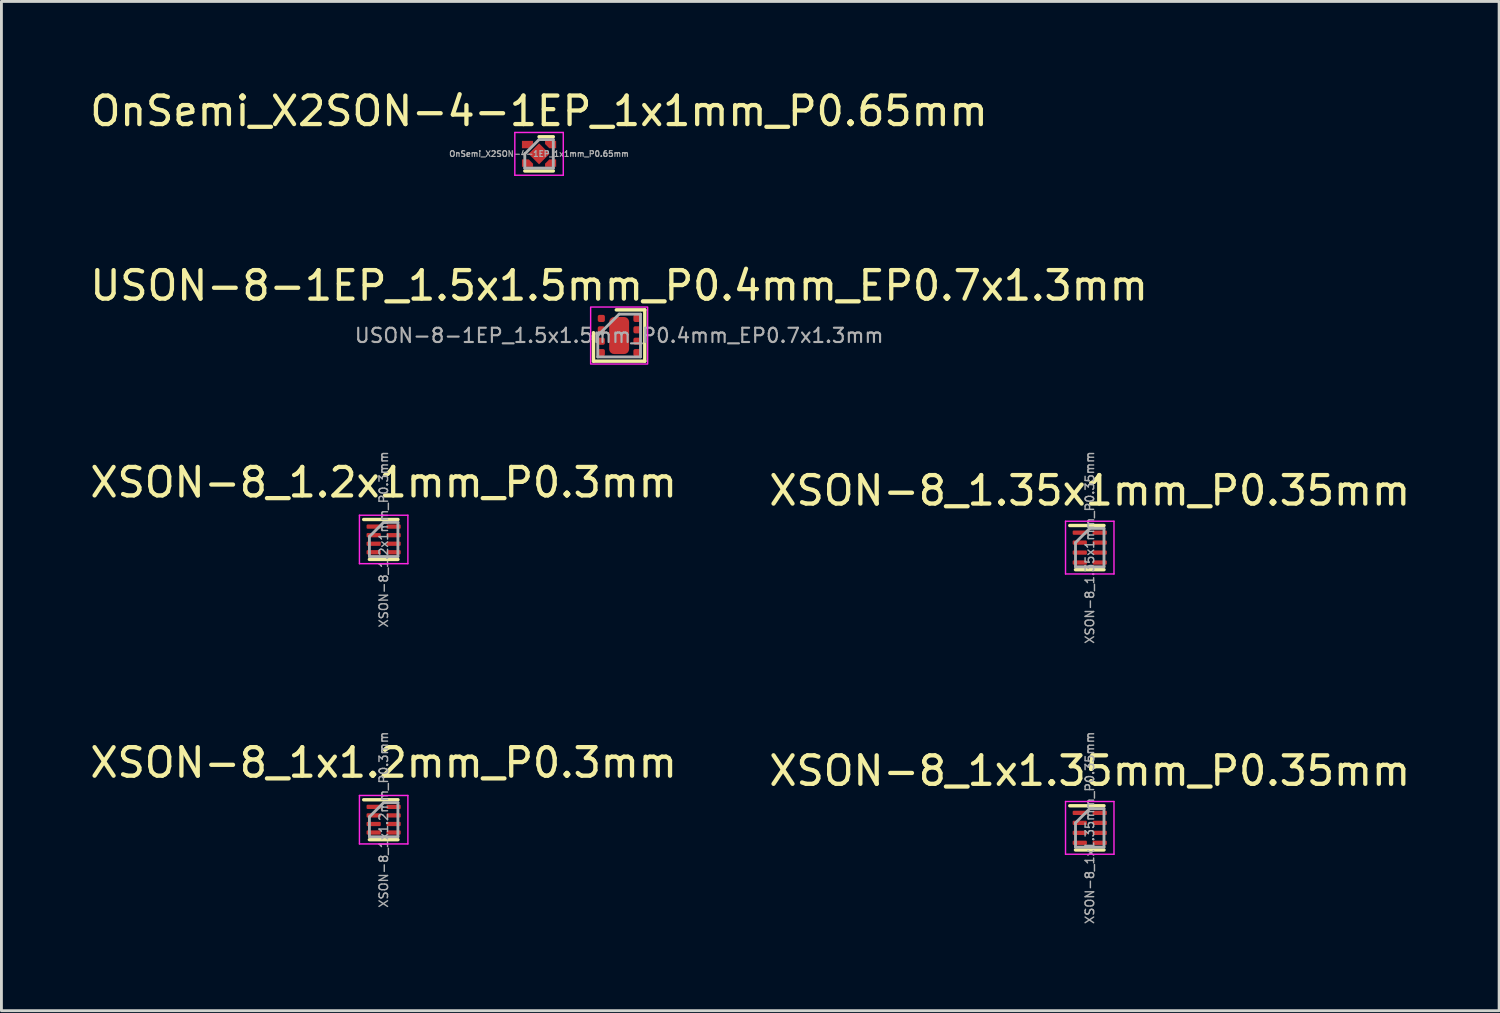
<source format=kicad_pcb>
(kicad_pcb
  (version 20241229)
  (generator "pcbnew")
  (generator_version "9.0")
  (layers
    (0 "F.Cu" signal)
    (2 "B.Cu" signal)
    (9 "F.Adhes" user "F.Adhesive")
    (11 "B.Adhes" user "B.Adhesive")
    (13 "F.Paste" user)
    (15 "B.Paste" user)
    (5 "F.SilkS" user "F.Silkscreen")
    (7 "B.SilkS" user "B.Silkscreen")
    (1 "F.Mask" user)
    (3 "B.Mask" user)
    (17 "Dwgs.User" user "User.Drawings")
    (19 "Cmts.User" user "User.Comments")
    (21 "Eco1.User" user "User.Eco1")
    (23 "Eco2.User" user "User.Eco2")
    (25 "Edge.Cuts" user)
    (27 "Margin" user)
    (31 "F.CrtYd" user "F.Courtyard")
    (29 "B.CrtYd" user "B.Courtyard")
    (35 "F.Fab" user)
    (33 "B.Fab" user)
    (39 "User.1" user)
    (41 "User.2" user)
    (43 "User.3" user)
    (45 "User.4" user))
  (footprint "XSON-8_1x1.35mm_P0.35mm"
    (layer "F.Cu")
    (at 35.185 25.996)
    (property "Reference" "XSON-8_1x1.35mm_P0.35mm" (at 0 -2 0) (layer "F.SilkS") (effects (font (size 1 1) (thickness 0.15))))
    (attr smd)
    (fp_line (start 0.5 -0.775) (end -0.7 -0.775) (stroke (width 0.12) (type solid)) (layer "F.SilkS"))
    (fp_line (start 0.5 0.775) (end -0.5 0.775) (stroke (width 0.12) (type solid)) (layer "F.SilkS"))
    (fp_line (start -0.85 -0.925) (end 0.85 -0.925) (stroke (width 0.05) (type solid)) (layer "F.CrtYd"))
    (fp_line (start -0.85 0.925) (end -0.85 -0.925) (stroke (width 0.05) (type solid)) (layer "F.CrtYd"))
    (fp_line (start 0.85 -0.925) (end 0.85 0.925) (stroke (width 0.05) (type solid)) (layer "F.CrtYd"))
    (fp_line (start 0.85 0.925) (end -0.85 0.925) (stroke (width 0.05) (type solid)) (layer "F.CrtYd"))
    (fp_line (start -0.5 0.675) (end -0.5 -0.175) (stroke (width 0.1) (type solid)) (layer "F.Fab"))
    (fp_line (start 0 -0.675) (end -0.5 -0.175) (stroke (width 0.1) (type solid)) (layer "F.Fab"))
    (fp_line (start 0 -0.675) (end 0.5 -0.675) (stroke (width 0.1) (type solid)) (layer "F.Fab"))
    (fp_line (start 0.5 -0.675) (end 0.5 0.675) (stroke (width 0.1) (type solid)) (layer "F.Fab"))
    (fp_line (start 0.5 0.675) (end -0.5 0.675) (stroke (width 0.1) (type solid)) (layer "F.Fab"))
    (fp_text user "${REFERENCE}" (at 0 0 90) (layer "F.Fab") (effects (font (size 0.3 0.3) (thickness 0.05))))
    (pad "1" smd roundrect (at -0.35 -0.525 270) (size 0.15 0.5) (layers "F.Cu" "F.Mask" "F.Paste") (roundrect_rratio 0.25))
    (pad "2" smd roundrect (at -0.35 -0.175 270) (size 0.15 0.5) (layers "F.Cu" "F.Mask" "F.Paste") (roundrect_rratio 0.25))
    (pad "3" smd roundrect (at -0.35 0.175 270) (size 0.15 0.5) (layers "F.Cu" "F.Mask" "F.Paste") (roundrect_rratio 0.25))
    (pad "4" smd roundrect (at -0.35 0.525 270) (size 0.15 0.5) (layers "F.Cu" "F.Mask" "F.Paste") (roundrect_rratio 0.25))
    (pad "5" smd roundrect (at 0.35 0.525 270) (size 0.15 0.5) (layers "F.Cu" "F.Mask" "F.Paste") (roundrect_rratio 0.25))
    (pad "6" smd roundrect (at 0.35 0.175 270) (size 0.15 0.5) (layers "F.Cu" "F.Mask" "F.Paste") (roundrect_rratio 0.25))
    (pad "7" smd roundrect (at 0.35 -0.175 270) (size 0.15 0.5) (layers "F.Cu" "F.Mask" "F.Paste") (roundrect_rratio 0.25))
    (pad "8" smd roundrect (at 0.35 -0.525 270) (size 0.15 0.5) (layers "F.Cu" "F.Mask" "F.Paste") (roundrect_rratio 0.25)))
  (footprint "USON-8-1EP_1.5x1.5mm_P0.4mm_EP0.7x1.3mm"
    (layer "F.Cu")
    (at 18.673 8.722)
    (property "Reference" "USON-8-1EP_1.5x1.5mm_P0.4mm_EP0.7x1.3mm" (at 0 -1.75 0) (unlocked yes) (layer "F.SilkS") (effects (font (size 1 1) (thickness 0.15))))
    (attr smd)
    (fp_line (start -0.9 0.9) (end -0.9 -0.1) (stroke (width 0.12) (type solid)) (layer "F.SilkS"))
    (fp_line (start -0.9 0.9) (end 0.9 0.9) (stroke (width 0.12) (type solid)) (layer "F.SilkS"))
    (fp_line (start -0.1 -0.9) (end 0.9 -0.9) (stroke (width 0.12) (type solid)) (layer "F.SilkS"))
    (fp_line (start 0.9 0.9) (end 0.9 -0.9) (stroke (width 0.12) (type solid)) (layer "F.SilkS"))
    (fp_rect (start -1 -1) (end 1 1) (stroke (width 0.05) (type solid)) (fill no) (layer "F.CrtYd"))
    (fp_line (start -0.75 0) (end 0 -0.75) (stroke (width 0.1) (type solid)) (layer "F.Fab"))
    (fp_line (start -0.75 0.75) (end -0.75 0) (stroke (width 0.1) (type solid)) (layer "F.Fab"))
    (fp_line (start 0 -0.75) (end 0.75 -0.75) (stroke (width 0.1) (type solid)) (layer "F.Fab"))
    (fp_line (start 0.75 -0.75) (end 0.75 0.75) (stroke (width 0.1) (type solid)) (layer "F.Fab"))
    (fp_line (start 0.75 0.75) (end -0.75 0.75) (stroke (width 0.1) (type solid)) (layer "F.Fab"))
    (fp_text user "${REFERENCE}" (at 0 0 0) (unlocked yes) (layer "F.Fab") (effects (font (size 0.5 0.5) (thickness 0.075))))
    (pad "1" smd roundrect (at -0.625 -0.6) (size 0.25 0.25) (layers "F.Cu" "F.Mask" "F.Paste") (roundrect_rratio 0.25))
    (pad "2" smd roundrect (at -0.625 -0.2) (size 0.25 0.25) (layers "F.Cu" "F.Mask" "F.Paste") (roundrect_rratio 0.25))
    (pad "3" smd roundrect (at -0.625 0.2) (size 0.25 0.25) (layers "F.Cu" "F.Mask" "F.Paste") (roundrect_rratio 0.25))
    (pad "4" smd roundrect (at -0.625 0.6) (size 0.25 0.25) (layers "F.Cu" "F.Mask" "F.Paste") (roundrect_rratio 0.25))
    (pad "5" smd roundrect (at 0.625 0.6) (size 0.25 0.25) (layers "F.Cu" "F.Mask" "F.Paste") (roundrect_rratio 0.25))
    (pad "6" smd roundrect (at 0.625 0.2) (size 0.25 0.25) (layers "F.Cu" "F.Mask" "F.Paste") (roundrect_rratio 0.25))
    (pad "7" smd roundrect (at 0.625 -0.2) (size 0.25 0.25) (layers "F.Cu" "F.Mask" "F.Paste") (roundrect_rratio 0.25))
    (pad "8" smd roundrect (at 0.625 -0.6) (size 0.25 0.25) (layers "F.Cu" "F.Mask" "F.Paste") (roundrect_rratio 0.25))
    (pad "9" smd roundrect (at 0 0) (size 0.7 1.3) (layers "F.Cu" "F.Mask" "F.Paste") (roundrect_rratio 0.25)))
  (footprint "XSON-8_1.35x1mm_P0.35mm"
    (layer "F.Cu")
    (at 35.185 16.163)
    (property "Reference" "XSON-8_1.35x1mm_P0.35mm" (at 0 -2 0) (layer "F.SilkS") (effects (font (size 1 1) (thickness 0.15))))
    (attr smd)
    (fp_line (start 0.5 -0.775) (end -0.7 -0.775) (stroke (width 0.12) (type solid)) (layer "F.SilkS"))
    (fp_line (start 0.5 0.775) (end -0.5 0.775) (stroke (width 0.12) (type solid)) (layer "F.SilkS"))
    (fp_line (start -0.85 -0.925) (end 0.85 -0.925) (stroke (width 0.05) (type solid)) (layer "F.CrtYd"))
    (fp_line (start -0.85 0.925) (end -0.85 -0.925) (stroke (width 0.05) (type solid)) (layer "F.CrtYd"))
    (fp_line (start 0.85 -0.925) (end 0.85 0.925) (stroke (width 0.05) (type solid)) (layer "F.CrtYd"))
    (fp_line (start 0.85 0.925) (end -0.85 0.925) (stroke (width 0.05) (type solid)) (layer "F.CrtYd"))
    (fp_line (start -0.5 0.675) (end -0.5 -0.175) (stroke (width 0.1) (type solid)) (layer "F.Fab"))
    (fp_line (start 0 -0.675) (end -0.5 -0.175) (stroke (width 0.1) (type solid)) (layer "F.Fab"))
    (fp_line (start 0 -0.675) (end 0.5 -0.675) (stroke (width 0.1) (type solid)) (layer "F.Fab"))
    (fp_line (start 0.5 -0.675) (end 0.5 0.675) (stroke (width 0.1) (type solid)) (layer "F.Fab"))
    (fp_line (start 0.5 0.675) (end -0.5 0.675) (stroke (width 0.1) (type solid)) (layer "F.Fab"))
    (fp_text user "${REFERENCE}" (at 0 0 90) (layer "F.Fab") (effects (font (size 0.3 0.3) (thickness 0.05))))
    (pad "1" smd roundrect (at -0.35 -0.525 270) (size 0.15 0.5) (layers "F.Cu" "F.Mask" "F.Paste") (roundrect_rratio 0.25))
    (pad "2" smd roundrect (at -0.35 -0.175 270) (size 0.15 0.5) (layers "F.Cu" "F.Mask" "F.Paste") (roundrect_rratio 0.25))
    (pad "3" smd roundrect (at -0.35 0.175 270) (size 0.15 0.5) (layers "F.Cu" "F.Mask" "F.Paste") (roundrect_rratio 0.25))
    (pad "4" smd roundrect (at -0.35 0.525 270) (size 0.15 0.5) (layers "F.Cu" "F.Mask" "F.Paste") (roundrect_rratio 0.25))
    (pad "5" smd roundrect (at 0.35 0.525 270) (size 0.15 0.5) (layers "F.Cu" "F.Mask" "F.Paste") (roundrect_rratio 0.25))
    (pad "6" smd roundrect (at 0.35 0.175 270) (size 0.15 0.5) (layers "F.Cu" "F.Mask" "F.Paste") (roundrect_rratio 0.25))
    (pad "7" smd roundrect (at 0.35 -0.175 270) (size 0.15 0.5) (layers "F.Cu" "F.Mask" "F.Paste") (roundrect_rratio 0.25))
    (pad "8" smd roundrect (at 0.35 -0.525 270) (size 0.15 0.5) (layers "F.Cu" "F.Mask" "F.Paste") (roundrect_rratio 0.25)))
  (footprint "OnSemi_X2SON-4-1EP_1x1mm_P0.65mm"
    (layer "F.Cu")
    (at 15.863 2.348)
    (property "Reference" "OnSemi_X2SON-4-1EP_1x1mm_P0.65mm" (at 0 -1.5 0) (layer "F.SilkS") (effects (font (size 1 1) (thickness 0.15))))
    (attr smd)
    (fp_line (start -0.5 0.6) (end 0.5 0.6) (stroke (width 0.12) (type solid)) (layer "F.SilkS"))
    (fp_line (start 0 -0.6) (end 0.5 -0.6) (stroke (width 0.12) (type solid)) (layer "F.SilkS"))
    (fp_line (start -0.85 -0.75) (end 0.85 -0.75) (stroke (width 0.05) (type solid)) (layer "F.CrtYd"))
    (fp_line (start -0.85 0.75) (end -0.85 -0.75) (stroke (width 0.05) (type solid)) (layer "F.CrtYd"))
    (fp_line (start 0.85 -0.75) (end 0.85 0.75) (stroke (width 0.05) (type solid)) (layer "F.CrtYd"))
    (fp_line (start 0.85 0.75) (end -0.85 0.75) (stroke (width 0.05) (type solid)) (layer "F.CrtYd"))
    (fp_line (start -0.5 0) (end 0 -0.5) (stroke (width 0.1) (type solid)) (layer "F.Fab"))
    (fp_line (start -0.5 0.5) (end -0.5 0) (stroke (width 0.1) (type solid)) (layer "F.Fab"))
    (fp_line (start 0 -0.5) (end 0.5 -0.5) (stroke (width 0.1) (type solid)) (layer "F.Fab"))
    (fp_line (start 0.5 -0.5) (end 0.5 0.5) (stroke (width 0.1) (type solid)) (layer "F.Fab"))
    (fp_line (start 0.5 0.5) (end -0.5 0.5) (stroke (width 0.1) (type solid)) (layer "F.Fab"))
    (fp_text user "${REFERENCE}" (at 0 0 0) (layer "F.Fab") (effects (font (size 0.2 0.2) (thickness 0.04))))
    (pad "1" smd custom (at -0.5 -0.325) (size 0.148 0.148) (layers "F.Cu" "F.Mask" "F.Paste") (options (anchor circle)) (primitives (gr_poly (pts (xy 0.29 -0.02) (xy 0.14 0.13) (xy -0.1 0.13) (xy -0.1 -0.13) (xy 0.29 -0.13)) (width 0) (fill yes))))
    (pad "2" smd custom (at -0.5 0.325) (size 0.148 0.148) (layers "F.Cu" "F.Mask" "F.Paste") (options (anchor circle)) (primitives (gr_poly (pts (xy 0.29 0.02) (xy 0.29 0.13) (xy -0.1 0.13) (xy -0.1 -0.13) (xy 0.14 -0.13)) (width 0) (fill yes))))
    (pad "3" smd custom (at 0.5 0.325 180) (size 0.148 0.148) (layers "F.Cu" "F.Mask" "F.Paste") (options (anchor circle)) (primitives (gr_poly (pts (xy 0.29 -0.02) (xy 0.14 0.13) (xy -0.1 0.13) (xy -0.1 -0.13) (xy 0.29 -0.13)) (width 0) (fill yes))))
    (pad "4" smd custom (at 0.5 -0.325 180) (size 0.148 0.148) (layers "F.Cu" "F.Mask" "F.Paste") (options (anchor circle)) (primitives (gr_poly (pts (xy 0.29 0.02) (xy 0.29 0.13) (xy -0.1 0.13) (xy -0.1 -0.13) (xy 0.14 -0.13)) (width 0) (fill yes))))
    (pad "5" smd rect (at 0 0 45) (size 0.52 0.52) (layers "F.Cu" "F.Mask" "F.Paste")))
  (footprint "XSON-8_1x1.2mm_P0.3mm"
    (layer "F.Cu")
    (at 10.411 25.71)
    (property "Reference" "XSON-8_1x1.2mm_P0.3mm" (at 0 -2 0) (layer "F.SilkS") (effects (font (size 1 1) (thickness 0.15))))
    (attr smd)
    (fp_line (start 0.5 -0.7) (end -0.7 -0.7) (stroke (width 0.12) (type solid)) (layer "F.SilkS"))
    (fp_line (start 0.5 0.7) (end -0.5 0.7) (stroke (width 0.12) (type solid)) (layer "F.SilkS"))
    (fp_line (start -0.85 -0.85) (end 0.85 -0.85) (stroke (width 0.05) (type solid)) (layer "F.CrtYd"))
    (fp_line (start -0.85 0.85) (end -0.85 -0.85) (stroke (width 0.05) (type solid)) (layer "F.CrtYd"))
    (fp_line (start 0.85 -0.85) (end 0.85 0.85) (stroke (width 0.05) (type solid)) (layer "F.CrtYd"))
    (fp_line (start 0.85 0.85) (end -0.85 0.85) (stroke (width 0.05) (type solid)) (layer "F.CrtYd"))
    (fp_line (start -0.5 0.6) (end -0.5 -0.1) (stroke (width 0.1) (type solid)) (layer "F.Fab"))
    (fp_line (start 0 -0.6) (end -0.5 -0.1) (stroke (width 0.1) (type solid)) (layer "F.Fab"))
    (fp_line (start 0 -0.6) (end 0.5 -0.6) (stroke (width 0.1) (type solid)) (layer "F.Fab"))
    (fp_line (start 0.5 -0.6) (end 0.5 0.6) (stroke (width 0.1) (type solid)) (layer "F.Fab"))
    (fp_line (start 0.5 0.6) (end -0.5 0.6) (stroke (width 0.1) (type solid)) (layer "F.Fab"))
    (fp_text user "${REFERENCE}" (at 0 0 90) (layer "F.Fab") (effects (font (size 0.3 0.3) (thickness 0.05))))
    (pad "1" smd roundrect (at -0.35 -0.45 270) (size 0.15 0.5) (layers "F.Cu" "F.Mask" "F.Paste") (roundrect_rratio 0.25))
    (pad "2" smd roundrect (at -0.35 -0.15 270) (size 0.15 0.5) (layers "F.Cu" "F.Mask" "F.Paste") (roundrect_rratio 0.25))
    (pad "3" smd roundrect (at -0.35 0.15 270) (size 0.15 0.5) (layers "F.Cu" "F.Mask" "F.Paste") (roundrect_rratio 0.25))
    (pad "4" smd roundrect (at -0.35 0.45 270) (size 0.15 0.5) (layers "F.Cu" "F.Mask" "F.Paste") (roundrect_rratio 0.25))
    (pad "5" smd roundrect (at 0.35 0.45 270) (size 0.15 0.5) (layers "F.Cu" "F.Mask" "F.Paste") (roundrect_rratio 0.25))
    (pad "6" smd roundrect (at 0.35 0.15 270) (size 0.15 0.5) (layers "F.Cu" "F.Mask" "F.Paste") (roundrect_rratio 0.25))
    (pad "7" smd roundrect (at 0.35 -0.15 270) (size 0.15 0.5) (layers "F.Cu" "F.Mask" "F.Paste") (roundrect_rratio 0.25))
    (pad "8" smd roundrect (at 0.35 -0.45 270) (size 0.15 0.5) (layers "F.Cu" "F.Mask" "F.Paste") (roundrect_rratio 0.25)))
  (footprint "XSON-8_1.2x1mm_P0.3mm"
    (layer "F.Cu")
    (at 10.411 15.877)
    (property "Reference" "XSON-8_1.2x1mm_P0.3mm" (at 0 -2 0) (layer "F.SilkS") (effects (font (size 1 1) (thickness 0.15))))
    (attr smd)
    (fp_line (start 0.5 -0.7) (end -0.7 -0.7) (stroke (width 0.12) (type solid)) (layer "F.SilkS"))
    (fp_line (start 0.5 0.7) (end -0.5 0.7) (stroke (width 0.12) (type solid)) (layer "F.SilkS"))
    (fp_line (start -0.85 -0.85) (end 0.85 -0.85) (stroke (width 0.05) (type solid)) (layer "F.CrtYd"))
    (fp_line (start -0.85 0.85) (end -0.85 -0.85) (stroke (width 0.05) (type solid)) (layer "F.CrtYd"))
    (fp_line (start 0.85 -0.85) (end 0.85 0.85) (stroke (width 0.05) (type solid)) (layer "F.CrtYd"))
    (fp_line (start 0.85 0.85) (end -0.85 0.85) (stroke (width 0.05) (type solid)) (layer "F.CrtYd"))
    (fp_line (start -0.5 0.6) (end -0.5 -0.1) (stroke (width 0.1) (type solid)) (layer "F.Fab"))
    (fp_line (start 0 -0.6) (end -0.5 -0.1) (stroke (width 0.1) (type solid)) (layer "F.Fab"))
    (fp_line (start 0 -0.6) (end 0.5 -0.6) (stroke (width 0.1) (type solid)) (layer "F.Fab"))
    (fp_line (start 0.5 -0.6) (end 0.5 0.6) (stroke (width 0.1) (type solid)) (layer "F.Fab"))
    (fp_line (start 0.5 0.6) (end -0.5 0.6) (stroke (width 0.1) (type solid)) (layer "F.Fab"))
    (fp_text user "${REFERENCE}" (at 0 0 90) (layer "F.Fab") (effects (font (size 0.3 0.3) (thickness 0.05))))
    (pad "1" smd roundrect (at -0.35 -0.45 270) (size 0.15 0.5) (layers "F.Cu" "F.Mask" "F.Paste") (roundrect_rratio 0.25))
    (pad "2" smd roundrect (at -0.35 -0.15 270) (size 0.15 0.5) (layers "F.Cu" "F.Mask" "F.Paste") (roundrect_rratio 0.25))
    (pad "3" smd roundrect (at -0.35 0.15 270) (size 0.15 0.5) (layers "F.Cu" "F.Mask" "F.Paste") (roundrect_rratio 0.25))
    (pad "4" smd roundrect (at -0.35 0.45 270) (size 0.15 0.5) (layers "F.Cu" "F.Mask" "F.Paste") (roundrect_rratio 0.25))
    (pad "5" smd roundrect (at 0.35 0.45 270) (size 0.15 0.5) (layers "F.Cu" "F.Mask" "F.Paste") (roundrect_rratio 0.25))
    (pad "6" smd roundrect (at 0.35 0.15 270) (size 0.15 0.5) (layers "F.Cu" "F.Mask" "F.Paste") (roundrect_rratio 0.25))
    (pad "7" smd roundrect (at 0.35 -0.15 270) (size 0.15 0.5) (layers "F.Cu" "F.Mask" "F.Paste") (roundrect_rratio 0.25))
    (pad "8" smd roundrect (at 0.35 -0.45 270) (size 0.15 0.5) (layers "F.Cu" "F.Mask" "F.Paste") (roundrect_rratio 0.25)))
  (gr_rect
    (start -3 -3)
    (end 49.548 32.412)
    (stroke (width 0.1) (type default))
    (fill no)
    (layer "Edge.Cuts")))
</source>
